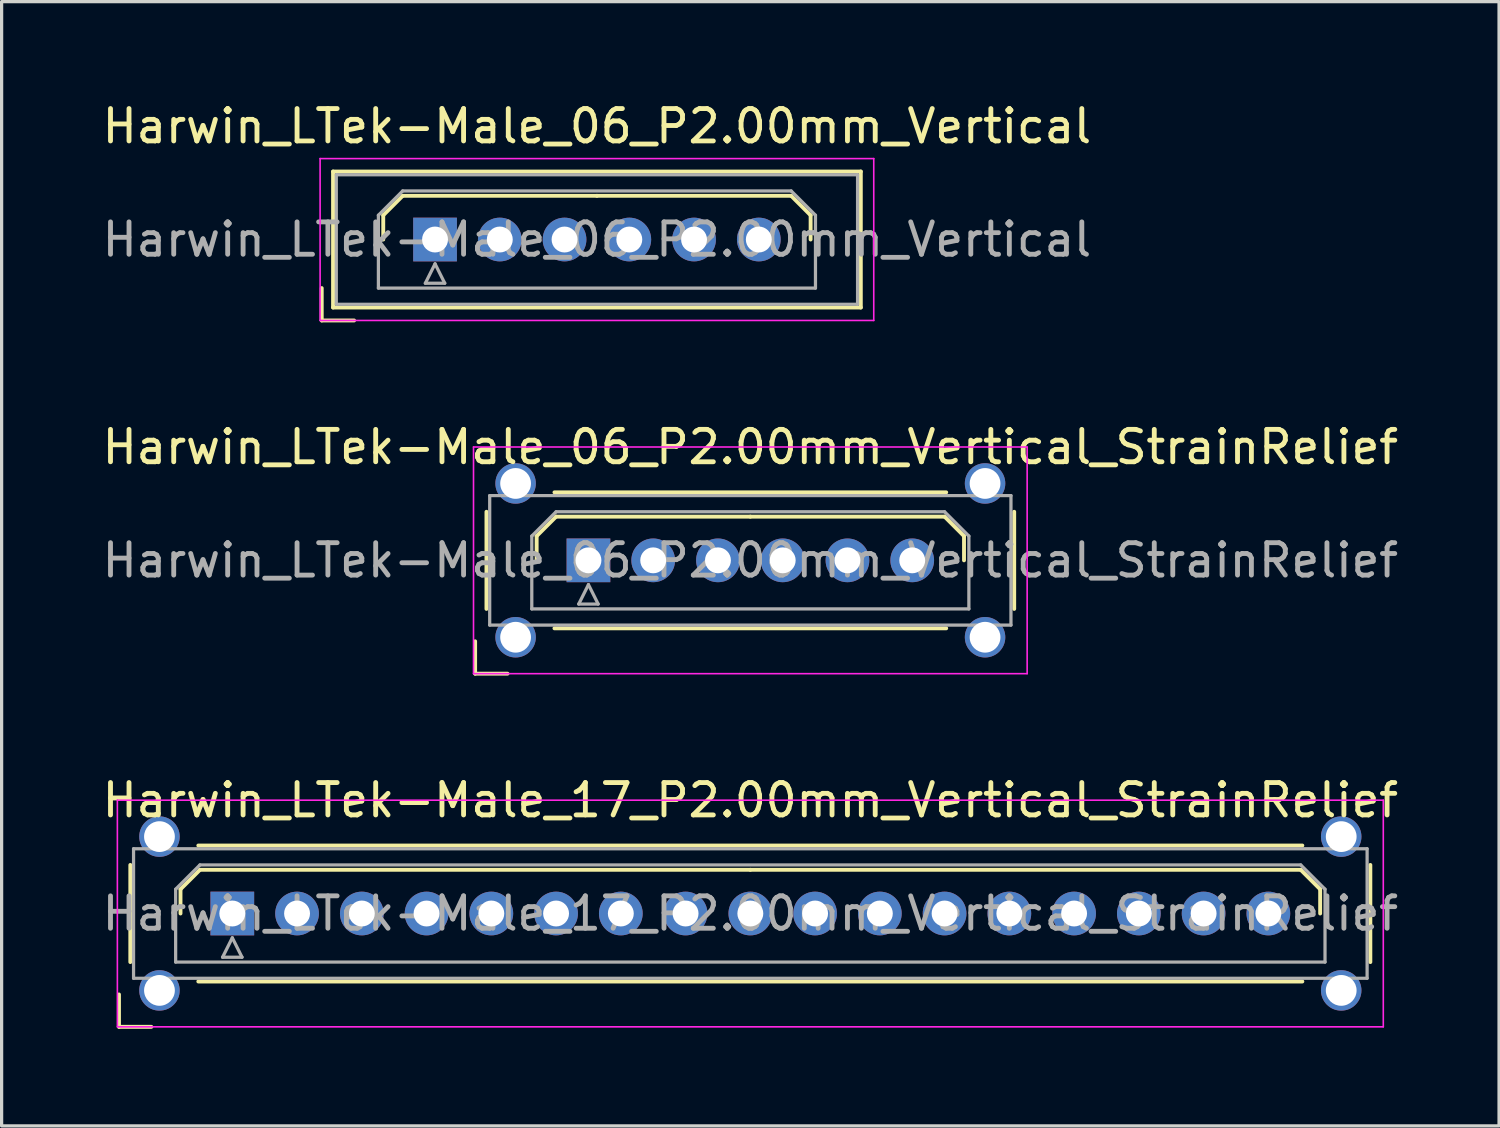
<source format=kicad_pcb>
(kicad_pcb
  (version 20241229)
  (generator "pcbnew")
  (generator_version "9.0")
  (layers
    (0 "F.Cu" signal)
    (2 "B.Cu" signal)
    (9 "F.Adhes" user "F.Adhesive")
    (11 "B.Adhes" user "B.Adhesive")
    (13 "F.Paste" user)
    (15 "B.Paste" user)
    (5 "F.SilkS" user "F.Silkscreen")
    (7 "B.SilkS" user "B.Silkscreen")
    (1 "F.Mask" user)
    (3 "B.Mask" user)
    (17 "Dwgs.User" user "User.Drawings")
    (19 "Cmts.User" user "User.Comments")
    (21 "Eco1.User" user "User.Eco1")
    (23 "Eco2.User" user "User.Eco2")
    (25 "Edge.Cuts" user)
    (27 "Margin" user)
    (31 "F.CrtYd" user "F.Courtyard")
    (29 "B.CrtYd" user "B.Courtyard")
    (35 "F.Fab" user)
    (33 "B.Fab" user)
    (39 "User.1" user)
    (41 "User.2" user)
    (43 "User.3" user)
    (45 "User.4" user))
  (footprint "Harwin_LTek-Male_17_P2.00mm_Vertical_StrainRelief"
    (layer "F.Cu")
    (at 4.125 25.165)
    (property "Reference" "Harwin_LTek-Male_17_P2.00mm_Vertical_StrainRelief" (at 16 -3.5 0) (layer "F.SilkS") (effects (font (size 1 1) (thickness 0.15))))
    (attr through_hole)
    (fp_line (start -3.5 2.5) (end -3.5 3.5) (stroke (width 0.12) (type solid)) (layer "F.SilkS"))
    (fp_line (start -3.5 3.5) (end -2.5 3.5) (stroke (width 0.12) (type solid)) (layer "F.SilkS"))
    (fp_line (start -3.15 -1.5) (end -3.15 1.5) (stroke (width 0.12) (type solid)) (layer "F.SilkS"))
    (fp_line (start -1.6 -0.75) (end -1 -1.35) (stroke (width 0.12) (type solid)) (layer "F.SilkS"))
    (fp_line (start -1.6 0) (end -1.6 -0.75) (stroke (width 0.12) (type solid)) (layer "F.SilkS"))
    (fp_line (start -1.05 -2.1) (end 33.05 -2.1) (stroke (width 0.12) (type solid)) (layer "F.SilkS"))
    (fp_line (start -1.05 2.1) (end 33.05 2.1) (stroke (width 0.12) (type solid)) (layer "F.SilkS"))
    (fp_line (start -1 -1.35) (end 16 -1.35) (stroke (width 0.12) (type solid)) (layer "F.SilkS"))
    (fp_line (start 33 -1.35) (end 16 -1.35) (stroke (width 0.12) (type solid)) (layer "F.SilkS"))
    (fp_line (start 33.6 -0.75) (end 33 -1.35) (stroke (width 0.12) (type solid)) (layer "F.SilkS"))
    (fp_line (start 33.6 0) (end 33.6 -0.75) (stroke (width 0.12) (type solid)) (layer "F.SilkS"))
    (fp_line (start 35.15 -1.5) (end 35.15 1.5) (stroke (width 0.12) (type solid)) (layer "F.SilkS"))
    (fp_line (start -3.55 -3.5) (end -3.55 3.5) (stroke (width 0.05) (type solid)) (layer "F.CrtYd"))
    (fp_line (start -3.55 3.5) (end 35.55 3.5) (stroke (width 0.05) (type solid)) (layer "F.CrtYd"))
    (fp_line (start 35.55 -3.5) (end -3.55 -3.5) (stroke (width 0.05) (type solid)) (layer "F.CrtYd"))
    (fp_line (start 35.55 3.5) (end 35.55 -3.5) (stroke (width 0.05) (type solid)) (layer "F.CrtYd"))
    (fp_line (start -3.05 -2) (end -3.05 2) (stroke (width 0.1) (type solid)) (layer "F.Fab"))
    (fp_line (start -3.05 2) (end 35.05 2) (stroke (width 0.1) (type solid)) (layer "F.Fab"))
    (fp_line (start -1.75 -0.75) (end -1 -1.5) (stroke (width 0.1) (type solid)) (layer "F.Fab"))
    (fp_line (start -1.75 1.5) (end -1.75 -0.75) (stroke (width 0.1) (type solid)) (layer "F.Fab"))
    (fp_line (start -1 -1.5) (end 33 -1.5) (stroke (width 0.1) (type solid)) (layer "F.Fab"))
    (fp_line (start -0.3 1.35) (end 0.3 1.35) (stroke (width 0.1) (type solid)) (layer "F.Fab"))
    (fp_line (start 0 0.75) (end -0.3 1.35) (stroke (width 0.1) (type solid)) (layer "F.Fab"))
    (fp_line (start 0.3 1.35) (end 0 0.75) (stroke (width 0.1) (type solid)) (layer "F.Fab"))
    (fp_line (start 33 -1.5) (end 33.75 -0.75) (stroke (width 0.1) (type solid)) (layer "F.Fab"))
    (fp_line (start 33.75 -0.75) (end 33.75 1.5) (stroke (width 0.1) (type solid)) (layer "F.Fab"))
    (fp_line (start 33.75 1.5) (end -1.75 1.5) (stroke (width 0.1) (type solid)) (layer "F.Fab"))
    (fp_line (start 35.05 -2) (end -3.05 -2) (stroke (width 0.1) (type solid)) (layer "F.Fab"))
    (fp_line (start 35.05 2) (end 35.05 -2) (stroke (width 0.1) (type solid)) (layer "F.Fab"))
    (fp_text user "${REFERENCE}" (at 16 0 0) (layer "F.Fab") (effects (font (size 1 1) (thickness 0.15))))
    (pad "" thru_hole circle (at -2.25 -2.375) (size 1.25 1.25) (drill 0.95) (layers "*.Cu" "*.Mask"))
    (pad "" thru_hole circle (at -2.25 2.375) (size 1.25 1.25) (drill 0.95) (layers "*.Cu" "*.Mask"))
    (pad "" thru_hole circle (at 34.25 -2.375) (size 1.25 1.25) (drill 0.95) (layers "*.Cu" "*.Mask"))
    (pad "" thru_hole circle (at 34.25 2.375) (size 1.25 1.25) (drill 0.95) (layers "*.Cu" "*.Mask"))
    (pad "1" thru_hole rect (at 0 0) (size 1.35 1.35) (drill 0.8) (layers "*.Cu" "*.Mask"))
    (pad "2" thru_hole circle (at 2 0) (size 1.35 1.35) (drill 0.8) (layers "*.Cu" "*.Mask"))
    (pad "3" thru_hole circle (at 4 0) (size 1.35 1.35) (drill 0.8) (layers "*.Cu" "*.Mask"))
    (pad "4" thru_hole circle (at 6 0) (size 1.35 1.35) (drill 0.8) (layers "*.Cu" "*.Mask"))
    (pad "5" thru_hole circle (at 8 0) (size 1.35 1.35) (drill 0.8) (layers "*.Cu" "*.Mask"))
    (pad "6" thru_hole circle (at 10 0) (size 1.35 1.35) (drill 0.8) (layers "*.Cu" "*.Mask"))
    (pad "7" thru_hole circle (at 12 0) (size 1.35 1.35) (drill 0.8) (layers "*.Cu" "*.Mask"))
    (pad "8" thru_hole circle (at 14 0) (size 1.35 1.35) (drill 0.8) (layers "*.Cu" "*.Mask"))
    (pad "9" thru_hole circle (at 16 0) (size 1.35 1.35) (drill 0.8) (layers "*.Cu" "*.Mask"))
    (pad "10" thru_hole circle (at 18 0) (size 1.35 1.35) (drill 0.8) (layers "*.Cu" "*.Mask"))
    (pad "11" thru_hole circle (at 20 0) (size 1.35 1.35) (drill 0.8) (layers "*.Cu" "*.Mask"))
    (pad "12" thru_hole circle (at 22 0) (size 1.35 1.35) (drill 0.8) (layers "*.Cu" "*.Mask"))
    (pad "13" thru_hole circle (at 24 0) (size 1.35 1.35) (drill 0.8) (layers "*.Cu" "*.Mask"))
    (pad "14" thru_hole circle (at 26 0) (size 1.35 1.35) (drill 0.8) (layers "*.Cu" "*.Mask"))
    (pad "15" thru_hole circle (at 28 0) (size 1.35 1.35) (drill 0.8) (layers "*.Cu" "*.Mask"))
    (pad "16" thru_hole circle (at 30 0) (size 1.35 1.35) (drill 0.8) (layers "*.Cu" "*.Mask"))
    (pad "17" thru_hole circle (at 32 0) (size 1.35 1.35) (drill 0.8) (layers "*.Cu" "*.Mask")))
  (footprint "Harwin_LTek-Male_06_P2.00mm_Vertical_StrainRelief"
    (layer "F.Cu")
    (at 15.125 14.257)
    (property "Reference" "Harwin_LTek-Male_06_P2.00mm_Vertical_StrainRelief" (at 5 -3.5 0) (layer "F.SilkS") (effects (font (size 1 1) (thickness 0.15))))
    (attr through_hole)
    (fp_line (start -3.5 2.5) (end -3.5 3.5) (stroke (width 0.12) (type solid)) (layer "F.SilkS"))
    (fp_line (start -3.5 3.5) (end -2.5 3.5) (stroke (width 0.12) (type solid)) (layer "F.SilkS"))
    (fp_line (start -3.15 -1.5) (end -3.15 1.5) (stroke (width 0.12) (type solid)) (layer "F.SilkS"))
    (fp_line (start -1.6 -0.75) (end -1 -1.35) (stroke (width 0.12) (type solid)) (layer "F.SilkS"))
    (fp_line (start -1.6 0) (end -1.6 -0.75) (stroke (width 0.12) (type solid)) (layer "F.SilkS"))
    (fp_line (start -1.05 -2.1) (end 11.05 -2.1) (stroke (width 0.12) (type solid)) (layer "F.SilkS"))
    (fp_line (start -1.05 2.1) (end 11.05 2.1) (stroke (width 0.12) (type solid)) (layer "F.SilkS"))
    (fp_line (start -1 -1.35) (end 5 -1.35) (stroke (width 0.12) (type solid)) (layer "F.SilkS"))
    (fp_line (start 11 -1.35) (end 5 -1.35) (stroke (width 0.12) (type solid)) (layer "F.SilkS"))
    (fp_line (start 11.6 -0.75) (end 11 -1.35) (stroke (width 0.12) (type solid)) (layer "F.SilkS"))
    (fp_line (start 11.6 0) (end 11.6 -0.75) (stroke (width 0.12) (type solid)) (layer "F.SilkS"))
    (fp_line (start 13.15 -1.5) (end 13.15 1.5) (stroke (width 0.12) (type solid)) (layer "F.SilkS"))
    (fp_line (start -3.55 -3.5) (end -3.55 3.5) (stroke (width 0.05) (type solid)) (layer "F.CrtYd"))
    (fp_line (start -3.55 3.5) (end 13.55 3.5) (stroke (width 0.05) (type solid)) (layer "F.CrtYd"))
    (fp_line (start 13.55 -3.5) (end -3.55 -3.5) (stroke (width 0.05) (type solid)) (layer "F.CrtYd"))
    (fp_line (start 13.55 3.5) (end 13.55 -3.5) (stroke (width 0.05) (type solid)) (layer "F.CrtYd"))
    (fp_line (start -3.05 -2) (end -3.05 2) (stroke (width 0.1) (type solid)) (layer "F.Fab"))
    (fp_line (start -3.05 2) (end 13.05 2) (stroke (width 0.1) (type solid)) (layer "F.Fab"))
    (fp_line (start -1.75 -0.75) (end -1 -1.5) (stroke (width 0.1) (type solid)) (layer "F.Fab"))
    (fp_line (start -1.75 1.5) (end -1.75 -0.75) (stroke (width 0.1) (type solid)) (layer "F.Fab"))
    (fp_line (start -1 -1.5) (end 11 -1.5) (stroke (width 0.1) (type solid)) (layer "F.Fab"))
    (fp_line (start -0.3 1.35) (end 0.3 1.35) (stroke (width 0.1) (type solid)) (layer "F.Fab"))
    (fp_line (start 0 0.75) (end -0.3 1.35) (stroke (width 0.1) (type solid)) (layer "F.Fab"))
    (fp_line (start 0.3 1.35) (end 0 0.75) (stroke (width 0.1) (type solid)) (layer "F.Fab"))
    (fp_line (start 11 -1.5) (end 11.75 -0.75) (stroke (width 0.1) (type solid)) (layer "F.Fab"))
    (fp_line (start 11.75 -0.75) (end 11.75 1.5) (stroke (width 0.1) (type solid)) (layer "F.Fab"))
    (fp_line (start 11.75 1.5) (end -1.75 1.5) (stroke (width 0.1) (type solid)) (layer "F.Fab"))
    (fp_line (start 13.05 -2) (end -3.05 -2) (stroke (width 0.1) (type solid)) (layer "F.Fab"))
    (fp_line (start 13.05 2) (end 13.05 -2) (stroke (width 0.1) (type solid)) (layer "F.Fab"))
    (fp_text user "${REFERENCE}" (at 5 0 0) (layer "F.Fab") (effects (font (size 1 1) (thickness 0.15))))
    (pad "" thru_hole circle (at -2.25 -2.375) (size 1.25 1.25) (drill 0.95) (layers "*.Cu" "*.Mask"))
    (pad "" thru_hole circle (at -2.25 2.375) (size 1.25 1.25) (drill 0.95) (layers "*.Cu" "*.Mask"))
    (pad "" thru_hole circle (at 12.25 -2.375) (size 1.25 1.25) (drill 0.95) (layers "*.Cu" "*.Mask"))
    (pad "" thru_hole circle (at 12.25 2.375) (size 1.25 1.25) (drill 0.95) (layers "*.Cu" "*.Mask"))
    (pad "1" thru_hole rect (at 0 0) (size 1.35 1.35) (drill 0.8) (layers "*.Cu" "*.Mask"))
    (pad "2" thru_hole circle (at 2 0) (size 1.35 1.35) (drill 0.8) (layers "*.Cu" "*.Mask"))
    (pad "3" thru_hole circle (at 4 0) (size 1.35 1.35) (drill 0.8) (layers "*.Cu" "*.Mask"))
    (pad "4" thru_hole circle (at 6 0) (size 1.35 1.35) (drill 0.8) (layers "*.Cu" "*.Mask"))
    (pad "5" thru_hole circle (at 8 0) (size 1.35 1.35) (drill 0.8) (layers "*.Cu" "*.Mask"))
    (pad "6" thru_hole circle (at 10 0) (size 1.35 1.35) (drill 0.8) (layers "*.Cu" "*.Mask")))
  (footprint "Harwin_LTek-Male_06_P2.00mm_Vertical"
    (layer "F.Cu")
    (at 10.387 4.348)
    (property "Reference" "Harwin_LTek-Male_06_P2.00mm_Vertical" (at 5 -3.5 0) (layer "F.SilkS") (effects (font (size 1 1) (thickness 0.15))))
    (attr through_hole)
    (fp_line (start -3.5 1.5) (end -3.5 2.5) (stroke (width 0.12) (type solid)) (layer "F.SilkS"))
    (fp_line (start -3.5 2.5) (end -2.5 2.5) (stroke (width 0.12) (type solid)) (layer "F.SilkS"))
    (fp_line (start -3.15 -2.1) (end -3.15 2.1) (stroke (width 0.12) (type solid)) (layer "F.SilkS"))
    (fp_line (start -3.15 2.1) (end 13.15 2.1) (stroke (width 0.12) (type solid)) (layer "F.SilkS"))
    (fp_line (start -1.6 -0.75) (end -1 -1.35) (stroke (width 0.12) (type solid)) (layer "F.SilkS"))
    (fp_line (start -1.6 0) (end -1.6 -0.75) (stroke (width 0.12) (type solid)) (layer "F.SilkS"))
    (fp_line (start -1 -1.35) (end 5 -1.35) (stroke (width 0.12) (type solid)) (layer "F.SilkS"))
    (fp_line (start 11 -1.35) (end 5 -1.35) (stroke (width 0.12) (type solid)) (layer "F.SilkS"))
    (fp_line (start 11.6 -0.75) (end 11 -1.35) (stroke (width 0.12) (type solid)) (layer "F.SilkS"))
    (fp_line (start 11.6 0) (end 11.6 -0.75) (stroke (width 0.12) (type solid)) (layer "F.SilkS"))
    (fp_line (start 13.15 -2.1) (end -3.15 -2.1) (stroke (width 0.12) (type solid)) (layer "F.SilkS"))
    (fp_line (start 13.15 2.1) (end 13.15 -2.1) (stroke (width 0.12) (type solid)) (layer "F.SilkS"))
    (fp_line (start -3.55 -2.5) (end -3.55 2.5) (stroke (width 0.05) (type solid)) (layer "F.CrtYd"))
    (fp_line (start -3.55 2.5) (end 13.55 2.5) (stroke (width 0.05) (type solid)) (layer "F.CrtYd"))
    (fp_line (start 13.55 -2.5) (end -3.55 -2.5) (stroke (width 0.05) (type solid)) (layer "F.CrtYd"))
    (fp_line (start 13.55 2.5) (end 13.55 -2.5) (stroke (width 0.05) (type solid)) (layer "F.CrtYd"))
    (fp_line (start -3.05 -2) (end -3.05 2) (stroke (width 0.1) (type solid)) (layer "F.Fab"))
    (fp_line (start -3.05 2) (end 13.05 2) (stroke (width 0.1) (type solid)) (layer "F.Fab"))
    (fp_line (start -1.75 -0.75) (end -1 -1.5) (stroke (width 0.1) (type solid)) (layer "F.Fab"))
    (fp_line (start -1.75 1.5) (end -1.75 -0.75) (stroke (width 0.1) (type solid)) (layer "F.Fab"))
    (fp_line (start -1 -1.5) (end 11 -1.5) (stroke (width 0.1) (type solid)) (layer "F.Fab"))
    (fp_line (start -0.3 1.35) (end 0.3 1.35) (stroke (width 0.1) (type solid)) (layer "F.Fab"))
    (fp_line (start 0 0.75) (end -0.3 1.35) (stroke (width 0.1) (type solid)) (layer "F.Fab"))
    (fp_line (start 0.3 1.35) (end 0 0.75) (stroke (width 0.1) (type solid)) (layer "F.Fab"))
    (fp_line (start 11 -1.5) (end 11.75 -0.75) (stroke (width 0.1) (type solid)) (layer "F.Fab"))
    (fp_line (start 11.75 -0.75) (end 11.75 1.5) (stroke (width 0.1) (type solid)) (layer "F.Fab"))
    (fp_line (start 11.75 1.5) (end -1.75 1.5) (stroke (width 0.1) (type solid)) (layer "F.Fab"))
    (fp_line (start 13.05 -2) (end -3.05 -2) (stroke (width 0.1) (type solid)) (layer "F.Fab"))
    (fp_line (start 13.05 2) (end 13.05 -2) (stroke (width 0.1) (type solid)) (layer "F.Fab"))
    (fp_text user "${REFERENCE}" (at 5 0 0) (layer "F.Fab") (effects (font (size 1 1) (thickness 0.15))))
    (pad "1" thru_hole rect (at 0 0) (size 1.35 1.35) (drill 0.8) (layers "*.Cu" "*.Mask"))
    (pad "2" thru_hole circle (at 2 0) (size 1.35 1.35) (drill 0.8) (layers "*.Cu" "*.Mask"))
    (pad "3" thru_hole circle (at 4 0) (size 1.35 1.35) (drill 0.8) (layers "*.Cu" "*.Mask"))
    (pad "4" thru_hole circle (at 6 0) (size 1.35 1.35) (drill 0.8) (layers "*.Cu" "*.Mask"))
    (pad "5" thru_hole circle (at 8 0) (size 1.35 1.35) (drill 0.8) (layers "*.Cu" "*.Mask"))
    (pad "6" thru_hole circle (at 10 0) (size 1.35 1.35) (drill 0.8) (layers "*.Cu" "*.Mask")))
  (gr_rect
    (start -3 -3)
    (end 43.25 31.725)
    (stroke (width 0.1) (type default))
    (fill no)
    (layer "Edge.Cuts")))
</source>
